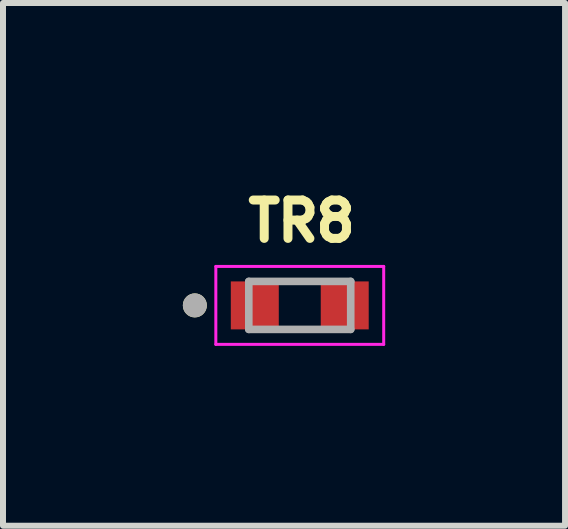
<source format=kicad_pcb>
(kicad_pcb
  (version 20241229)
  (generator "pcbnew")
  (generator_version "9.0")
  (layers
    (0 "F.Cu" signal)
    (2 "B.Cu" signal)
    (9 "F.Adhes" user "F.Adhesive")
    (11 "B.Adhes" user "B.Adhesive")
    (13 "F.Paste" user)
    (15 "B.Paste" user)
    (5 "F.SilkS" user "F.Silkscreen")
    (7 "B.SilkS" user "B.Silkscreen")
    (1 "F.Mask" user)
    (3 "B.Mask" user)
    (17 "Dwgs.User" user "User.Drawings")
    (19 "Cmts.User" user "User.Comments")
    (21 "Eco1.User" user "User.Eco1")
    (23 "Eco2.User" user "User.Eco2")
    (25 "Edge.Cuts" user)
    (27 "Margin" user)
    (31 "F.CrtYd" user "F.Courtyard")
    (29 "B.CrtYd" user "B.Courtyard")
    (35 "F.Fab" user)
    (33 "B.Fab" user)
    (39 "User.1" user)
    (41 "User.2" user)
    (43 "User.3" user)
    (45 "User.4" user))
  (footprint "TR8"
    (layer "F.Cu")
    (at 1.95 2.044)
    (property "Reference" "TR8" (at 0.032 -1.406 0) (layer "F.SilkS") (effects (font (size 0.64 0.64) (thickness 0.15))))
    (attr through_hole)
    (fp_circle (center -1.75 0) (end -1.65 0) (stroke (width 0.2) (type solid)) (fill no) (layer "F.SilkS"))
    (fp_line (start -1.4 -0.65) (end -1.4 0.65) (stroke (width 0.05) (type solid)) (layer "F.CrtYd"))
    (fp_line (start -1.4 0.65) (end 1.4 0.65) (stroke (width 0.05) (type solid)) (layer "F.CrtYd"))
    (fp_line (start 1.4 -0.65) (end -1.4 -0.65) (stroke (width 0.05) (type solid)) (layer "F.CrtYd"))
    (fp_line (start 1.4 0.65) (end 1.4 -0.65) (stroke (width 0.05) (type solid)) (layer "F.CrtYd"))
    (fp_line (start -0.85 -0.4) (end -0.85 0.4) (stroke (width 0.127) (type solid)) (layer "F.Fab"))
    (fp_line (start -0.85 0.4) (end 0.85 0.4) (stroke (width 0.127) (type solid)) (layer "F.Fab"))
    (fp_line (start 0.85 -0.4) (end -0.85 -0.4) (stroke (width 0.127) (type solid)) (layer "F.Fab"))
    (fp_line (start 0.85 0.4) (end 0.85 -0.4) (stroke (width 0.127) (type solid)) (layer "F.Fab"))
    (fp_circle (center -1.75 0) (end -1.65 0) (stroke (width 0.2) (type solid)) (fill no) (layer "F.Fab"))
    (pad "1" smd rect (at -0.75 0) (size 0.8 0.8) (layers "F.Cu" "F.Mask" "F.Paste"))
    (pad "2" smd rect (at 0.75 0) (size 0.8 0.8) (layers "F.Cu" "F.Mask" "F.Paste")))
  (gr_rect
    (start -3 -3)
    (end 6.375 5.719)
    (stroke (width 0.1) (type default))
    (fill no)
    (layer "Edge.Cuts")))
</source>
